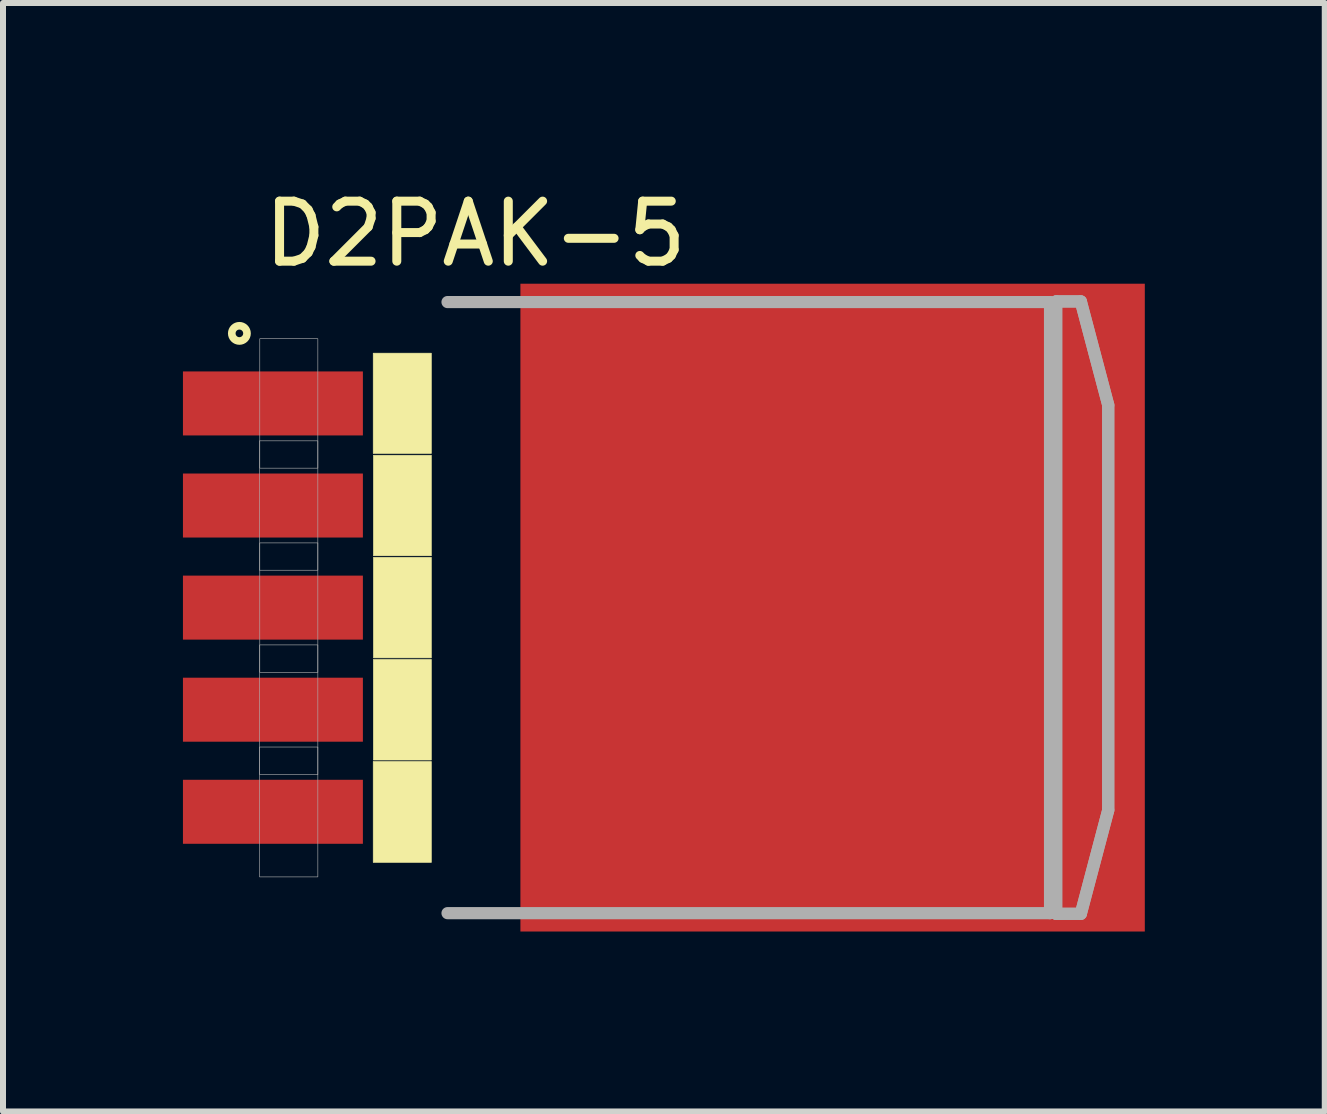
<source format=kicad_pcb>
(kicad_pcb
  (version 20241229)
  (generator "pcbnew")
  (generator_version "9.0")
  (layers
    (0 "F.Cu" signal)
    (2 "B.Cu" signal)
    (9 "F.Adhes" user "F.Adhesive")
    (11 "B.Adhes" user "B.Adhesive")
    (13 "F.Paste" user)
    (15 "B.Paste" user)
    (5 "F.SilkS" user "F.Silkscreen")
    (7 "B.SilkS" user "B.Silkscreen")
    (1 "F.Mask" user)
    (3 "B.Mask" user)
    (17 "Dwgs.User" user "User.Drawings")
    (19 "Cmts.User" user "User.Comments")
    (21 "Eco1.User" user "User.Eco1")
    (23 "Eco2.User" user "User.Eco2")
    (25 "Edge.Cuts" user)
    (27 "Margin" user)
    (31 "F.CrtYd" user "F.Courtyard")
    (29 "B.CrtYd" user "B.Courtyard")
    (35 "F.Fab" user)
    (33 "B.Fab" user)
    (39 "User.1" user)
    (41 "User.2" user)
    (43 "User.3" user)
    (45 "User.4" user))
  (footprint "D2PAK-5"
    (layer "F.Cu")
    (at 6.021 7.08)
    (property "Reference" "D2PAK-5" (at -1.145 -6.231 0) (layer "F.SilkS") (effects (font (size 1.001 1.001) (thickness 0.15))))
    (attr through_hole)
    (fp_circle (center -5.08 -4.572) (end -4.953 -4.572) (stroke (width 0.127) (type solid)) (fill no) (layer "F.SilkS"))
    (fp_poly (pts (xy -2.849 -4.242) (xy -1.88 -4.242) (xy -1.88 -2.57) (xy -2.849 -2.57)) (stroke (width 0.01) (type solid)) (fill yes) (layer "F.SilkS"))
    (fp_poly (pts (xy -2.849 2.565) (xy -1.88 2.565) (xy -1.88 4.248) (xy -2.849 4.248)) (stroke (width 0.01) (type solid)) (fill yes) (layer "F.SilkS"))
    (fp_poly (pts (xy -2.846 0.864) (xy -1.88 0.864) (xy -1.88 2.541) (xy -2.846 2.541)) (stroke (width 0.01) (type solid)) (fill yes) (layer "F.SilkS"))
    (fp_poly (pts (xy -2.845 -2.54) (xy -1.88 -2.54) (xy -1.88 -0.864) (xy -2.845 -0.864)) (stroke (width 0.01) (type solid)) (fill yes) (layer "F.SilkS"))
    (fp_poly (pts (xy -2.845 -0.838) (xy -1.88 -0.838) (xy -1.88 0.838) (xy -2.845 0.838)) (stroke (width 0.01) (type solid)) (fill yes) (layer "F.SilkS"))
    (fp_line (start -1.61 -5.094) (end 8.435 -5.094) (stroke (width 0.203) (type solid)) (layer "F.Fab"))
    (fp_line (start 8.435 -5.094) (end 8.435 5.094) (stroke (width 0.203) (type solid)) (layer "F.Fab"))
    (fp_line (start 8.435 5.094) (end -1.61 5.094) (stroke (width 0.203) (type solid)) (layer "F.Fab"))
    (fp_line (start 8.537 -5.105) (end 8.948 -5.105) (stroke (width 0.203) (type solid)) (layer "F.Fab"))
    (fp_line (start 8.537 5.105) (end 8.537 -5.105) (stroke (width 0.203) (type solid)) (layer "F.Fab"))
    (fp_line (start 8.948 -5.105) (end 9.405 -3.378) (stroke (width 0.203) (type solid)) (layer "F.Fab"))
    (fp_line (start 8.948 5.105) (end 8.537 5.105) (stroke (width 0.203) (type solid)) (layer "F.Fab"))
    (fp_line (start 9.405 -3.378) (end 9.405 3.378) (stroke (width 0.203) (type solid)) (layer "F.Fab"))
    (fp_line (start 9.405 3.378) (end 8.948 5.105) (stroke (width 0.203) (type solid)) (layer "F.Fab"))
    (fp_poly (pts (xy -4.745 -2.781) (xy -3.772 -2.781) (xy -3.772 -0.623) (xy -4.745 -0.623)) (stroke (width 0.01) (type solid)) (fill no) (layer "F.Fab"))
    (fp_poly (pts (xy -4.744 2.324) (xy -3.772 2.324) (xy -3.772 4.489) (xy -4.744 4.489)) (stroke (width 0.01) (type solid)) (fill no) (layer "F.Fab"))
    (fp_poly (pts (xy -4.742 0.622) (xy -3.772 0.622) (xy -3.772 2.784) (xy -4.742 2.784)) (stroke (width 0.01) (type solid)) (fill no) (layer "F.Fab"))
    (fp_poly (pts (xy -4.74 -1.079) (xy -3.772 -1.079) (xy -3.772 1.08) (xy -4.74 1.08)) (stroke (width 0.01) (type solid)) (fill no) (layer "F.Fab"))
    (fp_poly (pts (xy -4.74 -4.483) (xy -3.772 -4.483) (xy -3.772 -2.325) (xy -4.74 -2.325)) (stroke (width 0.01) (type solid)) (fill no) (layer "F.Fab"))
    (fp_poly (pts (xy 8.537 -5.105) (xy 8.948 -5.105) (xy 9.405 -3.378) (xy 9.405 3.378) (xy 8.948 5.105) (xy 8.537 5.105)) (stroke (width 0.203) (type solid)) (fill no) (layer "F.Fab"))
    (pad "1" smd rect (at -4.521 -3.404) (size 3 1.067) (layers "F.Cu" "F.Mask" "F.Paste"))
    (pad "2" smd rect (at -4.521 -1.702) (size 3 1.067) (layers "F.Cu" "F.Mask" "F.Paste"))
    (pad "3" smd rect (at -4.521 0) (size 3 1.067) (layers "F.Cu" "F.Mask" "F.Paste"))
    (pad "4" smd rect (at -4.521 1.702) (size 3 1.067) (layers "F.Cu" "F.Mask" "F.Paste"))
    (pad "5" smd rect (at -4.521 3.404) (size 3 1.067) (layers "F.Cu" "F.Mask" "F.Paste"))
    (pad "6" smd rect (at 4.81 0) (size 10.41 10.8) (layers "F.Cu" "F.Mask" "F.Paste")))
  (gr_rect
    (start -3 -3)
    (end 19.036 15.48)
    (stroke (width 0.1) (type default))
    (fill no)
    (layer "Edge.Cuts")))
</source>
